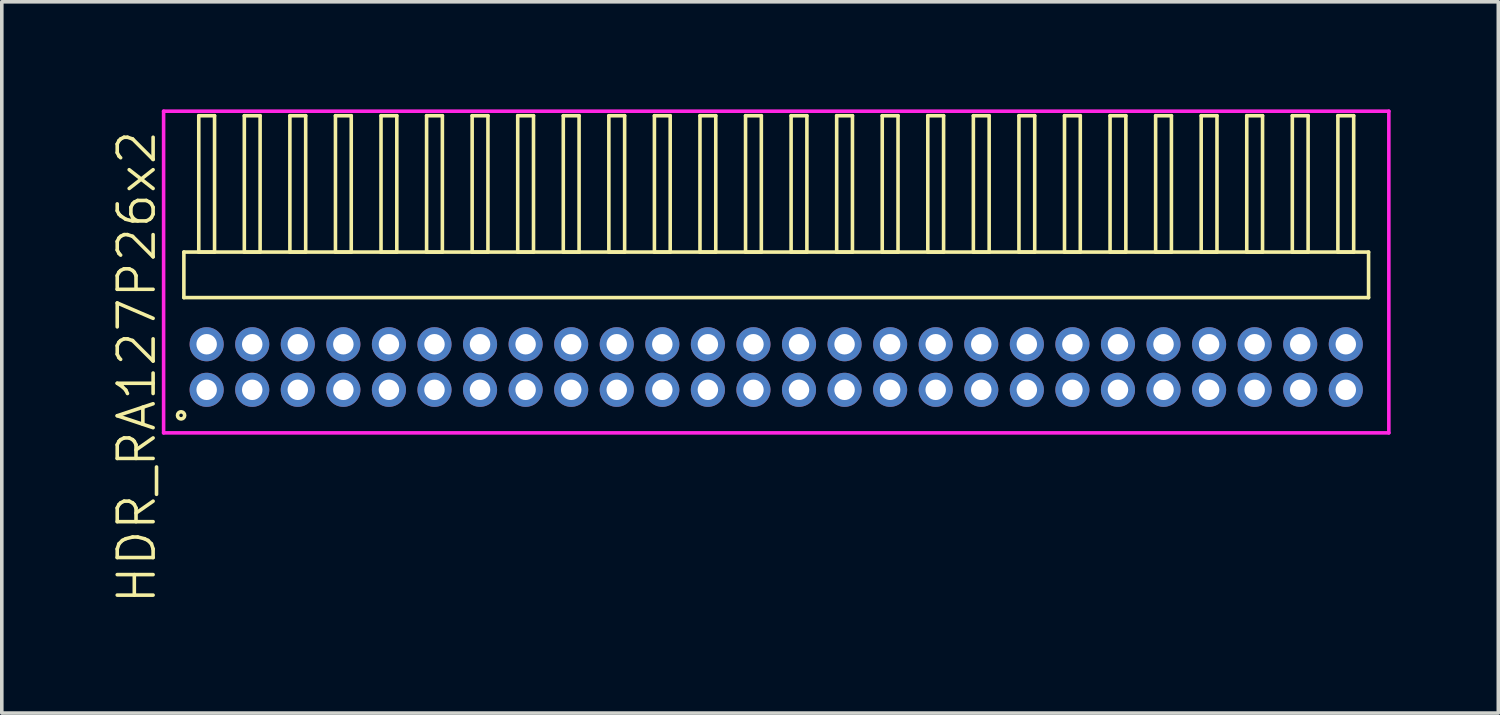
<source format=kicad_pcb>
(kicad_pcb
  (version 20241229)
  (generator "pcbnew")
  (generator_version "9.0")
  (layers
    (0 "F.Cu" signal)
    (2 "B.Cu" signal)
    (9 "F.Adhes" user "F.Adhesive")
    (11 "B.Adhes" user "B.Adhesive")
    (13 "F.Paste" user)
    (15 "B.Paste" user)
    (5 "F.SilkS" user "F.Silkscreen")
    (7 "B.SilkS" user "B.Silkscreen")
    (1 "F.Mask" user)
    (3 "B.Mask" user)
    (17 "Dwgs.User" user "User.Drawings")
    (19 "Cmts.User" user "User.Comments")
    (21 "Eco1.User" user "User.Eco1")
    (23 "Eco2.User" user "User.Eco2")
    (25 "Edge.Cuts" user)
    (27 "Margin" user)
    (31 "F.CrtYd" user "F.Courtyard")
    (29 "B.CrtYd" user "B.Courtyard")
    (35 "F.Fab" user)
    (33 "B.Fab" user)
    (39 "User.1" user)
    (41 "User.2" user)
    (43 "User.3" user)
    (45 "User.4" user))
  (footprint "HDR_RA127P26x2"
    (layer "F.Cu")
    (at 18.585 7.18)
    (property "Reference" "HDR_RA127P26x2" (at -17.825 0 90) (layer "F.SilkS") (effects (font (size 1 1) (thickness 0.1))))
    (attr through_hole)
    (fp_line (start -16.51 -3.205) (end -16.51 -1.935) (stroke (width 0.1) (type solid)) (layer "F.SilkS"))
    (fp_line (start -16.51 -1.935) (end 16.51 -1.935) (stroke (width 0.1) (type solid)) (layer "F.SilkS"))
    (fp_line (start -16.095 -7.005) (end -16.095 -3.205) (stroke (width 0.1) (type solid)) (layer "F.SilkS"))
    (fp_line (start -16.095 -3.205) (end -15.655 -3.205) (stroke (width 0.1) (type solid)) (layer "F.SilkS"))
    (fp_line (start -15.655 -7.005) (end -16.095 -7.005) (stroke (width 0.1) (type solid)) (layer "F.SilkS"))
    (fp_line (start -15.655 -3.205) (end -15.655 -7.005) (stroke (width 0.1) (type solid)) (layer "F.SilkS"))
    (fp_line (start -14.825 -7.005) (end -14.825 -3.205) (stroke (width 0.1) (type solid)) (layer "F.SilkS"))
    (fp_line (start -14.825 -3.205) (end -14.385 -3.205) (stroke (width 0.1) (type solid)) (layer "F.SilkS"))
    (fp_line (start -14.385 -7.005) (end -14.825 -7.005) (stroke (width 0.1) (type solid)) (layer "F.SilkS"))
    (fp_line (start -14.385 -3.205) (end -14.385 -7.005) (stroke (width 0.1) (type solid)) (layer "F.SilkS"))
    (fp_line (start -13.555 -7.005) (end -13.555 -3.205) (stroke (width 0.1) (type solid)) (layer "F.SilkS"))
    (fp_line (start -13.555 -3.205) (end -13.115 -3.205) (stroke (width 0.1) (type solid)) (layer "F.SilkS"))
    (fp_line (start -13.115 -7.005) (end -13.555 -7.005) (stroke (width 0.1) (type solid)) (layer "F.SilkS"))
    (fp_line (start -13.115 -3.205) (end -13.115 -7.005) (stroke (width 0.1) (type solid)) (layer "F.SilkS"))
    (fp_line (start -12.285 -7.005) (end -12.285 -3.205) (stroke (width 0.1) (type solid)) (layer "F.SilkS"))
    (fp_line (start -12.285 -3.205) (end -11.845 -3.205) (stroke (width 0.1) (type solid)) (layer "F.SilkS"))
    (fp_line (start -11.845 -7.005) (end -12.285 -7.005) (stroke (width 0.1) (type solid)) (layer "F.SilkS"))
    (fp_line (start -11.845 -3.205) (end -11.845 -7.005) (stroke (width 0.1) (type solid)) (layer "F.SilkS"))
    (fp_line (start -11.015 -7.005) (end -11.015 -3.205) (stroke (width 0.1) (type solid)) (layer "F.SilkS"))
    (fp_line (start -11.015 -3.205) (end -10.575 -3.205) (stroke (width 0.1) (type solid)) (layer "F.SilkS"))
    (fp_line (start -10.575 -7.005) (end -11.015 -7.005) (stroke (width 0.1) (type solid)) (layer "F.SilkS"))
    (fp_line (start -10.575 -3.205) (end -10.575 -7.005) (stroke (width 0.1) (type solid)) (layer "F.SilkS"))
    (fp_line (start -9.745 -7.005) (end -9.745 -3.205) (stroke (width 0.1) (type solid)) (layer "F.SilkS"))
    (fp_line (start -9.745 -3.205) (end -9.305 -3.205) (stroke (width 0.1) (type solid)) (layer "F.SilkS"))
    (fp_line (start -9.305 -7.005) (end -9.745 -7.005) (stroke (width 0.1) (type solid)) (layer "F.SilkS"))
    (fp_line (start -9.305 -3.205) (end -9.305 -7.005) (stroke (width 0.1) (type solid)) (layer "F.SilkS"))
    (fp_line (start -8.475 -7.005) (end -8.475 -3.205) (stroke (width 0.1) (type solid)) (layer "F.SilkS"))
    (fp_line (start -8.475 -3.205) (end -8.035 -3.205) (stroke (width 0.1) (type solid)) (layer "F.SilkS"))
    (fp_line (start -8.035 -7.005) (end -8.475 -7.005) (stroke (width 0.1) (type solid)) (layer "F.SilkS"))
    (fp_line (start -8.035 -3.205) (end -8.035 -7.005) (stroke (width 0.1) (type solid)) (layer "F.SilkS"))
    (fp_line (start -7.205 -7.005) (end -7.205 -3.205) (stroke (width 0.1) (type solid)) (layer "F.SilkS"))
    (fp_line (start -7.205 -3.205) (end -6.765 -3.205) (stroke (width 0.1) (type solid)) (layer "F.SilkS"))
    (fp_line (start -6.765 -7.005) (end -7.205 -7.005) (stroke (width 0.1) (type solid)) (layer "F.SilkS"))
    (fp_line (start -6.765 -3.205) (end -6.765 -7.005) (stroke (width 0.1) (type solid)) (layer "F.SilkS"))
    (fp_line (start -5.935 -7.005) (end -5.935 -3.205) (stroke (width 0.1) (type solid)) (layer "F.SilkS"))
    (fp_line (start -5.935 -3.205) (end -5.495 -3.205) (stroke (width 0.1) (type solid)) (layer "F.SilkS"))
    (fp_line (start -5.495 -7.005) (end -5.935 -7.005) (stroke (width 0.1) (type solid)) (layer "F.SilkS"))
    (fp_line (start -5.495 -3.205) (end -5.495 -7.005) (stroke (width 0.1) (type solid)) (layer "F.SilkS"))
    (fp_line (start -4.665 -7.005) (end -4.665 -3.205) (stroke (width 0.1) (type solid)) (layer "F.SilkS"))
    (fp_line (start -4.665 -3.205) (end -4.225 -3.205) (stroke (width 0.1) (type solid)) (layer "F.SilkS"))
    (fp_line (start -4.225 -7.005) (end -4.665 -7.005) (stroke (width 0.1) (type solid)) (layer "F.SilkS"))
    (fp_line (start -4.225 -3.205) (end -4.225 -7.005) (stroke (width 0.1) (type solid)) (layer "F.SilkS"))
    (fp_line (start -3.395 -7.005) (end -3.395 -3.205) (stroke (width 0.1) (type solid)) (layer "F.SilkS"))
    (fp_line (start -3.395 -3.205) (end -2.955 -3.205) (stroke (width 0.1) (type solid)) (layer "F.SilkS"))
    (fp_line (start -2.955 -7.005) (end -3.395 -7.005) (stroke (width 0.1) (type solid)) (layer "F.SilkS"))
    (fp_line (start -2.955 -3.205) (end -2.955 -7.005) (stroke (width 0.1) (type solid)) (layer "F.SilkS"))
    (fp_line (start -2.125 -7.005) (end -2.125 -3.205) (stroke (width 0.1) (type solid)) (layer "F.SilkS"))
    (fp_line (start -2.125 -3.205) (end -1.685 -3.205) (stroke (width 0.1) (type solid)) (layer "F.SilkS"))
    (fp_line (start -1.685 -7.005) (end -2.125 -7.005) (stroke (width 0.1) (type solid)) (layer "F.SilkS"))
    (fp_line (start -1.685 -3.205) (end -1.685 -7.005) (stroke (width 0.1) (type solid)) (layer "F.SilkS"))
    (fp_line (start -0.855 -7.005) (end -0.855 -3.205) (stroke (width 0.1) (type solid)) (layer "F.SilkS"))
    (fp_line (start -0.855 -3.205) (end -0.415 -3.205) (stroke (width 0.1) (type solid)) (layer "F.SilkS"))
    (fp_line (start -0.415 -7.005) (end -0.855 -7.005) (stroke (width 0.1) (type solid)) (layer "F.SilkS"))
    (fp_line (start -0.415 -3.205) (end -0.415 -7.005) (stroke (width 0.1) (type solid)) (layer "F.SilkS"))
    (fp_line (start 0.415 -7.005) (end 0.415 -3.205) (stroke (width 0.1) (type solid)) (layer "F.SilkS"))
    (fp_line (start 0.415 -3.205) (end 0.855 -3.205) (stroke (width 0.1) (type solid)) (layer "F.SilkS"))
    (fp_line (start 0.855 -7.005) (end 0.415 -7.005) (stroke (width 0.1) (type solid)) (layer "F.SilkS"))
    (fp_line (start 0.855 -3.205) (end 0.855 -7.005) (stroke (width 0.1) (type solid)) (layer "F.SilkS"))
    (fp_line (start 1.685 -7.005) (end 1.685 -3.205) (stroke (width 0.1) (type solid)) (layer "F.SilkS"))
    (fp_line (start 1.685 -3.205) (end 2.125 -3.205) (stroke (width 0.1) (type solid)) (layer "F.SilkS"))
    (fp_line (start 2.125 -7.005) (end 1.685 -7.005) (stroke (width 0.1) (type solid)) (layer "F.SilkS"))
    (fp_line (start 2.125 -3.205) (end 2.125 -7.005) (stroke (width 0.1) (type solid)) (layer "F.SilkS"))
    (fp_line (start 2.955 -7.005) (end 2.955 -3.205) (stroke (width 0.1) (type solid)) (layer "F.SilkS"))
    (fp_line (start 2.955 -3.205) (end 3.395 -3.205) (stroke (width 0.1) (type solid)) (layer "F.SilkS"))
    (fp_line (start 3.395 -7.005) (end 2.955 -7.005) (stroke (width 0.1) (type solid)) (layer "F.SilkS"))
    (fp_line (start 3.395 -3.205) (end 3.395 -7.005) (stroke (width 0.1) (type solid)) (layer "F.SilkS"))
    (fp_line (start 4.225 -7.005) (end 4.225 -3.205) (stroke (width 0.1) (type solid)) (layer "F.SilkS"))
    (fp_line (start 4.225 -3.205) (end 4.665 -3.205) (stroke (width 0.1) (type solid)) (layer "F.SilkS"))
    (fp_line (start 4.665 -7.005) (end 4.225 -7.005) (stroke (width 0.1) (type solid)) (layer "F.SilkS"))
    (fp_line (start 4.665 -3.205) (end 4.665 -7.005) (stroke (width 0.1) (type solid)) (layer "F.SilkS"))
    (fp_line (start 5.495 -7.005) (end 5.495 -3.205) (stroke (width 0.1) (type solid)) (layer "F.SilkS"))
    (fp_line (start 5.495 -3.205) (end 5.935 -3.205) (stroke (width 0.1) (type solid)) (layer "F.SilkS"))
    (fp_line (start 5.935 -7.005) (end 5.495 -7.005) (stroke (width 0.1) (type solid)) (layer "F.SilkS"))
    (fp_line (start 5.935 -3.205) (end 5.935 -7.005) (stroke (width 0.1) (type solid)) (layer "F.SilkS"))
    (fp_line (start 6.765 -7.005) (end 6.765 -3.205) (stroke (width 0.1) (type solid)) (layer "F.SilkS"))
    (fp_line (start 6.765 -3.205) (end 7.205 -3.205) (stroke (width 0.1) (type solid)) (layer "F.SilkS"))
    (fp_line (start 7.205 -7.005) (end 6.765 -7.005) (stroke (width 0.1) (type solid)) (layer "F.SilkS"))
    (fp_line (start 7.205 -3.205) (end 7.205 -7.005) (stroke (width 0.1) (type solid)) (layer "F.SilkS"))
    (fp_line (start 8.035 -7.005) (end 8.035 -3.205) (stroke (width 0.1) (type solid)) (layer "F.SilkS"))
    (fp_line (start 8.035 -3.205) (end 8.475 -3.205) (stroke (width 0.1) (type solid)) (layer "F.SilkS"))
    (fp_line (start 8.475 -7.005) (end 8.035 -7.005) (stroke (width 0.1) (type solid)) (layer "F.SilkS"))
    (fp_line (start 8.475 -3.205) (end 8.475 -7.005) (stroke (width 0.1) (type solid)) (layer "F.SilkS"))
    (fp_line (start 9.305 -7.005) (end 9.305 -3.205) (stroke (width 0.1) (type solid)) (layer "F.SilkS"))
    (fp_line (start 9.305 -3.205) (end 9.745 -3.205) (stroke (width 0.1) (type solid)) (layer "F.SilkS"))
    (fp_line (start 9.745 -7.005) (end 9.305 -7.005) (stroke (width 0.1) (type solid)) (layer "F.SilkS"))
    (fp_line (start 9.745 -3.205) (end 9.745 -7.005) (stroke (width 0.1) (type solid)) (layer "F.SilkS"))
    (fp_line (start 10.575 -7.005) (end 10.575 -3.205) (stroke (width 0.1) (type solid)) (layer "F.SilkS"))
    (fp_line (start 10.575 -3.205) (end 11.015 -3.205) (stroke (width 0.1) (type solid)) (layer "F.SilkS"))
    (fp_line (start 11.015 -7.005) (end 10.575 -7.005) (stroke (width 0.1) (type solid)) (layer "F.SilkS"))
    (fp_line (start 11.015 -3.205) (end 11.015 -7.005) (stroke (width 0.1) (type solid)) (layer "F.SilkS"))
    (fp_line (start 11.845 -7.005) (end 11.845 -3.205) (stroke (width 0.1) (type solid)) (layer "F.SilkS"))
    (fp_line (start 11.845 -3.205) (end 12.285 -3.205) (stroke (width 0.1) (type solid)) (layer "F.SilkS"))
    (fp_line (start 12.285 -7.005) (end 11.845 -7.005) (stroke (width 0.1) (type solid)) (layer "F.SilkS"))
    (fp_line (start 12.285 -3.205) (end 12.285 -7.005) (stroke (width 0.1) (type solid)) (layer "F.SilkS"))
    (fp_line (start 13.115 -7.005) (end 13.115 -3.205) (stroke (width 0.1) (type solid)) (layer "F.SilkS"))
    (fp_line (start 13.115 -3.205) (end 13.555 -3.205) (stroke (width 0.1) (type solid)) (layer "F.SilkS"))
    (fp_line (start 13.555 -7.005) (end 13.115 -7.005) (stroke (width 0.1) (type solid)) (layer "F.SilkS"))
    (fp_line (start 13.555 -3.205) (end 13.555 -7.005) (stroke (width 0.1) (type solid)) (layer "F.SilkS"))
    (fp_line (start 14.385 -7.005) (end 14.385 -3.205) (stroke (width 0.1) (type solid)) (layer "F.SilkS"))
    (fp_line (start 14.385 -3.205) (end 14.825 -3.205) (stroke (width 0.1) (type solid)) (layer "F.SilkS"))
    (fp_line (start 14.825 -7.005) (end 14.385 -7.005) (stroke (width 0.1) (type solid)) (layer "F.SilkS"))
    (fp_line (start 14.825 -3.205) (end 14.825 -7.005) (stroke (width 0.1) (type solid)) (layer "F.SilkS"))
    (fp_line (start 15.655 -7.005) (end 15.655 -3.205) (stroke (width 0.1) (type solid)) (layer "F.SilkS"))
    (fp_line (start 15.655 -3.205) (end 16.095 -3.205) (stroke (width 0.1) (type solid)) (layer "F.SilkS"))
    (fp_line (start 16.095 -7.005) (end 15.655 -7.005) (stroke (width 0.1) (type solid)) (layer "F.SilkS"))
    (fp_line (start 16.095 -3.205) (end 16.095 -7.005) (stroke (width 0.1) (type solid)) (layer "F.SilkS"))
    (fp_line (start 16.51 -3.205) (end -16.51 -3.205) (stroke (width 0.1) (type solid)) (layer "F.SilkS"))
    (fp_line (start 16.51 -1.935) (end 16.51 -3.205) (stroke (width 0.1) (type solid)) (layer "F.SilkS"))
    (fp_circle (center -16.588 1.347) (end -16.488 1.347) (stroke (width 0.1) (type solid)) (fill no) (layer "F.SilkS"))
    (fp_line (start -17.075 -7.13) (end -17.075 1.835) (stroke (width 0.1) (type solid)) (layer "F.CrtYd"))
    (fp_line (start -17.075 1.835) (end 17.075 1.835) (stroke (width 0.1) (type solid)) (layer "F.CrtYd"))
    (fp_line (start 17.075 -7.13) (end -17.075 -7.13) (stroke (width 0.1) (type solid)) (layer "F.CrtYd"))
    (fp_line (start 17.075 1.835) (end 17.075 -7.13) (stroke (width 0.1) (type solid)) (layer "F.CrtYd"))
    (pad "1" thru_hole oval (at -15.875 0.635) (size 0.95 0.95) (drill 0.57) (layers "*.Cu" "*.Mask"))
    (pad "2" thru_hole oval (at -15.875 -0.635) (size 0.95 0.95) (drill 0.57) (layers "*.Cu" "*.Mask"))
    (pad "3" thru_hole oval (at -14.605 0.635) (size 0.95 0.95) (drill 0.57) (layers "*.Cu" "*.Mask"))
    (pad "4" thru_hole oval (at -14.605 -0.635) (size 0.95 0.95) (drill 0.57) (layers "*.Cu" "*.Mask"))
    (pad "5" thru_hole oval (at -13.335 0.635) (size 0.95 0.95) (drill 0.57) (layers "*.Cu" "*.Mask"))
    (pad "6" thru_hole oval (at -13.335 -0.635) (size 0.95 0.95) (drill 0.57) (layers "*.Cu" "*.Mask"))
    (pad "7" thru_hole oval (at -12.065 0.635) (size 0.95 0.95) (drill 0.57) (layers "*.Cu" "*.Mask"))
    (pad "8" thru_hole oval (at -12.065 -0.635) (size 0.95 0.95) (drill 0.57) (layers "*.Cu" "*.Mask"))
    (pad "9" thru_hole oval (at -10.795 0.635) (size 0.95 0.95) (drill 0.57) (layers "*.Cu" "*.Mask"))
    (pad "10" thru_hole oval (at -10.795 -0.635) (size 0.95 0.95) (drill 0.57) (layers "*.Cu" "*.Mask"))
    (pad "11" thru_hole oval (at -9.525 0.635) (size 0.95 0.95) (drill 0.57) (layers "*.Cu" "*.Mask"))
    (pad "12" thru_hole oval (at -9.525 -0.635) (size 0.95 0.95) (drill 0.57) (layers "*.Cu" "*.Mask"))
    (pad "13" thru_hole oval (at -8.255 0.635) (size 0.95 0.95) (drill 0.57) (layers "*.Cu" "*.Mask"))
    (pad "14" thru_hole oval (at -8.255 -0.635) (size 0.95 0.95) (drill 0.57) (layers "*.Cu" "*.Mask"))
    (pad "15" thru_hole oval (at -6.985 0.635) (size 0.95 0.95) (drill 0.57) (layers "*.Cu" "*.Mask"))
    (pad "16" thru_hole oval (at -6.985 -0.635) (size 0.95 0.95) (drill 0.57) (layers "*.Cu" "*.Mask"))
    (pad "17" thru_hole oval (at -5.715 0.635) (size 0.95 0.95) (drill 0.57) (layers "*.Cu" "*.Mask"))
    (pad "18" thru_hole oval (at -5.715 -0.635) (size 0.95 0.95) (drill 0.57) (layers "*.Cu" "*.Mask"))
    (pad "19" thru_hole oval (at -4.445 0.635) (size 0.95 0.95) (drill 0.57) (layers "*.Cu" "*.Mask"))
    (pad "20" thru_hole oval (at -4.445 -0.635) (size 0.95 0.95) (drill 0.57) (layers "*.Cu" "*.Mask"))
    (pad "21" thru_hole oval (at -3.175 0.635) (size 0.95 0.95) (drill 0.57) (layers "*.Cu" "*.Mask"))
    (pad "22" thru_hole oval (at -3.175 -0.635) (size 0.95 0.95) (drill 0.57) (layers "*.Cu" "*.Mask"))
    (pad "23" thru_hole oval (at -1.905 0.635) (size 0.95 0.95) (drill 0.57) (layers "*.Cu" "*.Mask"))
    (pad "24" thru_hole oval (at -1.905 -0.635) (size 0.95 0.95) (drill 0.57) (layers "*.Cu" "*.Mask"))
    (pad "25" thru_hole oval (at -0.635 0.635) (size 0.95 0.95) (drill 0.57) (layers "*.Cu" "*.Mask"))
    (pad "26" thru_hole oval (at -0.635 -0.635) (size 0.95 0.95) (drill 0.57) (layers "*.Cu" "*.Mask"))
    (pad "27" thru_hole oval (at 0.635 0.635) (size 0.95 0.95) (drill 0.57) (layers "*.Cu" "*.Mask"))
    (pad "28" thru_hole oval (at 0.635 -0.635) (size 0.95 0.95) (drill 0.57) (layers "*.Cu" "*.Mask"))
    (pad "29" thru_hole oval (at 1.905 0.635) (size 0.95 0.95) (drill 0.57) (layers "*.Cu" "*.Mask"))
    (pad "30" thru_hole oval (at 1.905 -0.635) (size 0.95 0.95) (drill 0.57) (layers "*.Cu" "*.Mask"))
    (pad "31" thru_hole oval (at 3.175 0.635) (size 0.95 0.95) (drill 0.57) (layers "*.Cu" "*.Mask"))
    (pad "32" thru_hole oval (at 3.175 -0.635) (size 0.95 0.95) (drill 0.57) (layers "*.Cu" "*.Mask"))
    (pad "33" thru_hole oval (at 4.445 0.635) (size 0.95 0.95) (drill 0.57) (layers "*.Cu" "*.Mask"))
    (pad "34" thru_hole oval (at 4.445 -0.635) (size 0.95 0.95) (drill 0.57) (layers "*.Cu" "*.Mask"))
    (pad "35" thru_hole oval (at 5.715 0.635) (size 0.95 0.95) (drill 0.57) (layers "*.Cu" "*.Mask"))
    (pad "36" thru_hole oval (at 5.715 -0.635) (size 0.95 0.95) (drill 0.57) (layers "*.Cu" "*.Mask"))
    (pad "37" thru_hole oval (at 6.985 0.635) (size 0.95 0.95) (drill 0.57) (layers "*.Cu" "*.Mask"))
    (pad "38" thru_hole oval (at 6.985 -0.635) (size 0.95 0.95) (drill 0.57) (layers "*.Cu" "*.Mask"))
    (pad "39" thru_hole oval (at 8.255 0.635) (size 0.95 0.95) (drill 0.57) (layers "*.Cu" "*.Mask"))
    (pad "40" thru_hole oval (at 8.255 -0.635) (size 0.95 0.95) (drill 0.57) (layers "*.Cu" "*.Mask"))
    (pad "41" thru_hole oval (at 9.525 0.635) (size 0.95 0.95) (drill 0.57) (layers "*.Cu" "*.Mask"))
    (pad "42" thru_hole oval (at 9.525 -0.635) (size 0.95 0.95) (drill 0.57) (layers "*.Cu" "*.Mask"))
    (pad "43" thru_hole oval (at 10.795 0.635) (size 0.95 0.95) (drill 0.57) (layers "*.Cu" "*.Mask"))
    (pad "44" thru_hole oval (at 10.795 -0.635) (size 0.95 0.95) (drill 0.57) (layers "*.Cu" "*.Mask"))
    (pad "45" thru_hole oval (at 12.065 0.635) (size 0.95 0.95) (drill 0.57) (layers "*.Cu" "*.Mask"))
    (pad "46" thru_hole oval (at 12.065 -0.635) (size 0.95 0.95) (drill 0.57) (layers "*.Cu" "*.Mask"))
    (pad "47" thru_hole oval (at 13.335 0.635) (size 0.95 0.95) (drill 0.57) (layers "*.Cu" "*.Mask"))
    (pad "48" thru_hole oval (at 13.335 -0.635) (size 0.95 0.95) (drill 0.57) (layers "*.Cu" "*.Mask"))
    (pad "49" thru_hole oval (at 14.605 0.635) (size 0.95 0.95) (drill 0.57) (layers "*.Cu" "*.Mask"))
    (pad "50" thru_hole oval (at 14.605 -0.635) (size 0.95 0.95) (drill 0.57) (layers "*.Cu" "*.Mask"))
    (pad "51" thru_hole oval (at 15.875 0.635) (size 0.95 0.95) (drill 0.57) (layers "*.Cu" "*.Mask"))
    (pad "52" thru_hole oval (at 15.875 -0.635) (size 0.95 0.95) (drill 0.57) (layers "*.Cu" "*.Mask")))
  (gr_rect
    (start -3 -3)
    (end 38.711 16.825)
    (stroke (width 0.1) (type default))
    (fill no)
    (layer "Edge.Cuts")))
</source>
